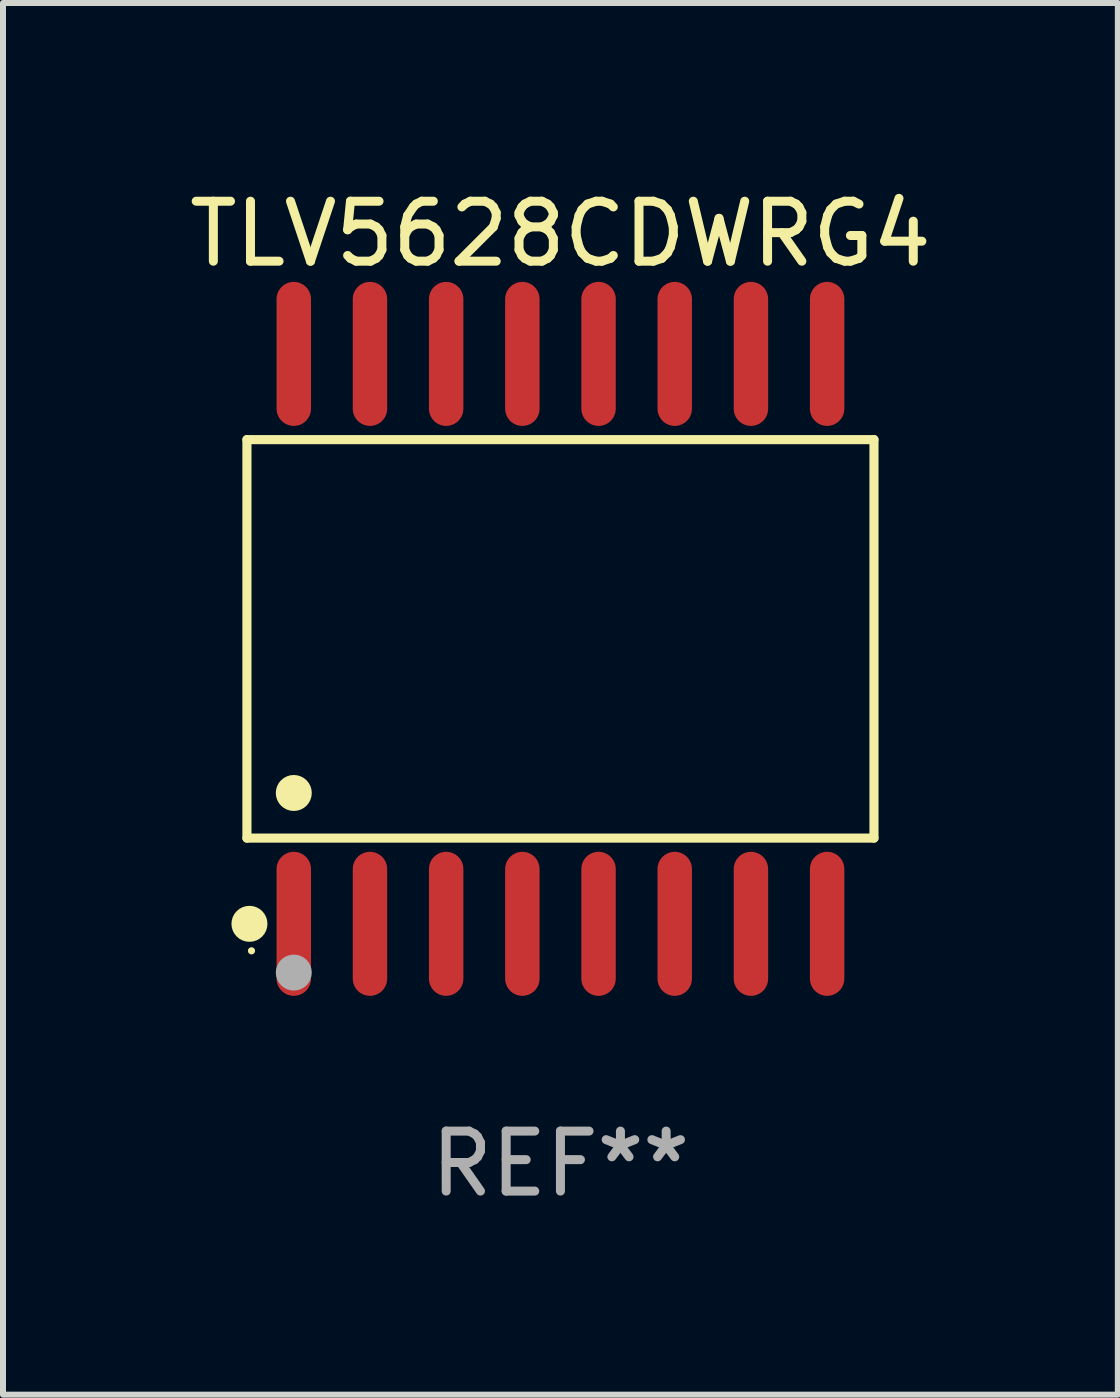
<source format=kicad_pcb>
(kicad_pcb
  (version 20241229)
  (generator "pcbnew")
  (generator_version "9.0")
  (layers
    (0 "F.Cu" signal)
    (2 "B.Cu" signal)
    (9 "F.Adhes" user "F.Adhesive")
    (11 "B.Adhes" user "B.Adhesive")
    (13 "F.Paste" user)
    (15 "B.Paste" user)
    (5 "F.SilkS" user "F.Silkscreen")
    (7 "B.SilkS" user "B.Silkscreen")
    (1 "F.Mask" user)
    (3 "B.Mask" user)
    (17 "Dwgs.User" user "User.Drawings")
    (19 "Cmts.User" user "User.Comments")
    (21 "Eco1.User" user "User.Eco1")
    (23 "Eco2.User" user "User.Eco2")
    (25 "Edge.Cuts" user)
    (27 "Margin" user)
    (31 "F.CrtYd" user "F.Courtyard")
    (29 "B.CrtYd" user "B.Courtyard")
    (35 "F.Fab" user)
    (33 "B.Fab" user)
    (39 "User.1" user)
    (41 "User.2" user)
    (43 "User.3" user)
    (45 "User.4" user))
  (footprint "TLV5628CDWRG4"
    (layer "F.Cu")
    (at 6.292 7.599)
    (property "Reference" "TLV5628CDWRG4" (at 0 -6.75 0) (layer "F.SilkS") (effects (font (size 1 1) (thickness 0.15))))
    (attr through_hole)
    (fp_line (start -5.226 -3.321) (end 5.226 -3.321) (stroke (width 0.152) (type solid)) (layer "F.SilkS"))
    (fp_line (start -5.226 3.321) (end -5.226 -3.321) (stroke (width 0.152) (type solid)) (layer "F.SilkS"))
    (fp_line (start 5.226 -3.321) (end 5.226 3.321) (stroke (width 0.152) (type solid)) (layer "F.SilkS"))
    (fp_line (start 5.226 3.321) (end -5.226 3.321) (stroke (width 0.152) (type solid)) (layer "F.SilkS"))
    (fp_circle (center -5.184 4.75) (end -5.034 4.75) (stroke (width 0.3) (type solid)) (fill no) (layer "F.SilkS"))
    (fp_circle (center -5.15 5.2) (end -5.12 5.2) (stroke (width 0.06) (type solid)) (fill no) (layer "F.SilkS"))
    (fp_circle (center -4.445 2.569) (end -4.295 2.569) (stroke (width 0.3) (type solid)) (fill no) (layer "F.SilkS"))
    (fp_circle (center -4.445 5.563) (end -4.295 5.563) (stroke (width 0.3) (type solid)) (fill no) (layer "F.Fab"))
    (fp_text user "REF**" (at 0 8.75 0) (layer "F.Fab") (effects (font (size 1 1) (thickness 0.15))))
    (pad "1" smd oval (at -4.445 4.75) (size 0.574 2.401) (layers "F.Cu" "F.Mask" "F.Paste"))
    (pad "2" smd oval (at -3.175 4.75) (size 0.574 2.401) (layers "F.Cu" "F.Mask" "F.Paste"))
    (pad "3" smd oval (at -1.905 4.75) (size 0.574 2.401) (layers "F.Cu" "F.Mask" "F.Paste"))
    (pad "4" smd oval (at -0.635 4.75) (size 0.574 2.401) (layers "F.Cu" "F.Mask" "F.Paste"))
    (pad "5" smd oval (at 0.635 4.75) (size 0.574 2.401) (layers "F.Cu" "F.Mask" "F.Paste"))
    (pad "6" smd oval (at 1.905 4.75) (size 0.574 2.401) (layers "F.Cu" "F.Mask" "F.Paste"))
    (pad "7" smd oval (at 3.175 4.75) (size 0.574 2.401) (layers "F.Cu" "F.Mask" "F.Paste"))
    (pad "8" smd oval (at 4.445 4.75) (size 0.574 2.401) (layers "F.Cu" "F.Mask" "F.Paste"))
    (pad "9" smd oval (at 4.445 -4.75) (size 0.574 2.401) (layers "F.Cu" "F.Mask" "F.Paste"))
    (pad "10" smd oval (at 3.175 -4.75) (size 0.574 2.401) (layers "F.Cu" "F.Mask" "F.Paste"))
    (pad "11" smd oval (at 1.905 -4.75) (size 0.574 2.401) (layers "F.Cu" "F.Mask" "F.Paste"))
    (pad "12" smd oval (at 0.635 -4.75) (size 0.574 2.401) (layers "F.Cu" "F.Mask" "F.Paste"))
    (pad "13" smd oval (at -0.635 -4.75) (size 0.574 2.401) (layers "F.Cu" "F.Mask" "F.Paste"))
    (pad "14" smd oval (at -1.905 -4.75) (size 0.574 2.401) (layers "F.Cu" "F.Mask" "F.Paste"))
    (pad "15" smd oval (at -3.175 -4.75) (size 0.574 2.401) (layers "F.Cu" "F.Mask" "F.Paste"))
    (pad "16" smd oval (at -4.445 -4.75) (size 0.574 2.401) (layers "F.Cu" "F.Mask" "F.Paste")))
  (gr_rect
    (start -3 -3)
    (end 15.583 20.197)
    (stroke (width 0.1) (type default))
    (fill no)
    (layer "Edge.Cuts")))
</source>
